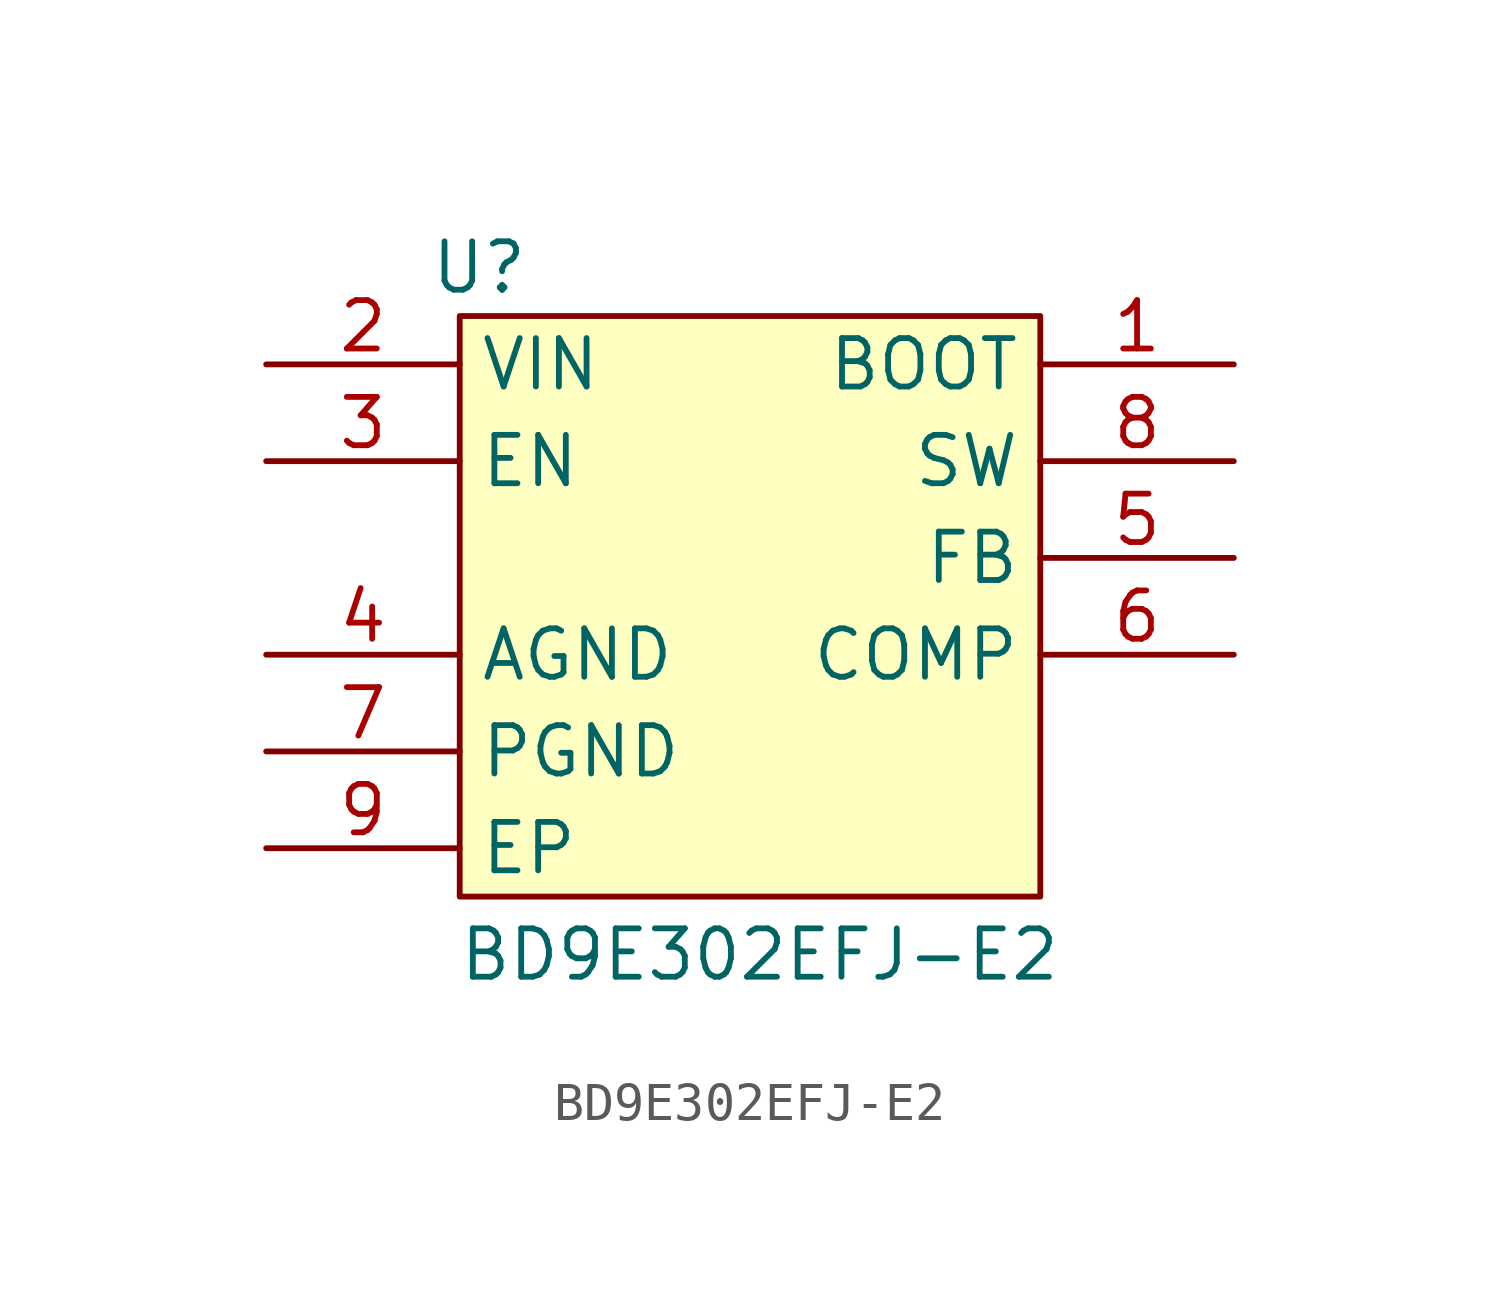
<source format=kicad_sym>
(kicad_symbol_lib
  (version 20241209)
  (generator "kicad_symbol_editor")
  (generator_version "9.0")
  (symbol "BD9E302EFJ-E2"
    (property "Reference" "U"
      (at -7.112 7.62 0)
      (effects (font (size 1.27 1.27))))
    (property "Value" "BD9E302EFJ-E2"
      (at 0.254 -10.414 0)
      (effects (font (size 1.27 1.27))))
    (symbol "BD9E302EFJ-E2_1_1"
      (rectangle (start -7.62 6.35) (end 7.62 -8.89) (stroke (width 0) (type solid)) (fill (type background)))
      (pin power_in line (at -12.7 5.08 0) (length 5.08) (name "VIN" (effects (font (size 1.27 1.27)))) (number "2" (effects (font (size 1.27 1.27)))))
      (pin input line (at -12.7 2.54 0) (length 5.08) (name "EN" (effects (font (size 1.27 1.27)))) (number "3" (effects (font (size 1.27 1.27)))))
      (pin power_in line (at -12.7 -2.54 0) (length 5.08) (name "AGND" (effects (font (size 1.27 1.27)))) (number "4" (effects (font (size 1.27 1.27)))))
      (pin power_in line (at -12.7 -5.08 0) (length 5.08) (name "PGND" (effects (font (size 1.27 1.27)))) (number "7" (effects (font (size 1.27 1.27)))))
      (pin power_in line (at -12.7 -7.62 0) (length 5.08) (name "EP" (effects (font (size 1.27 1.27)))) (number "9" (effects (font (size 1.27 1.27)))))
      (pin passive line (at 12.7 5.08 180) (length 5.08) (name "BOOT" (effects (font (size 1.27 1.27)))) (number "1" (effects (font (size 1.27 1.27)))))
      (pin passive line (at 12.7 2.54 180) (length 5.08) (name "SW" (effects (font (size 1.27 1.27)))) (number "8" (effects (font (size 1.27 1.27)))))
      (pin passive line (at 12.7 0 180) (length 5.08) (name "FB" (effects (font (size 1.27 1.27)))) (number "5" (effects (font (size 1.27 1.27)))))
      (pin passive line (at 12.7 -2.54 180) (length 5.08) (name "COMP" (effects (font (size 1.27 1.27)))) (number "6" (effects (font (size 1.27 1.27))))))))
</source>
